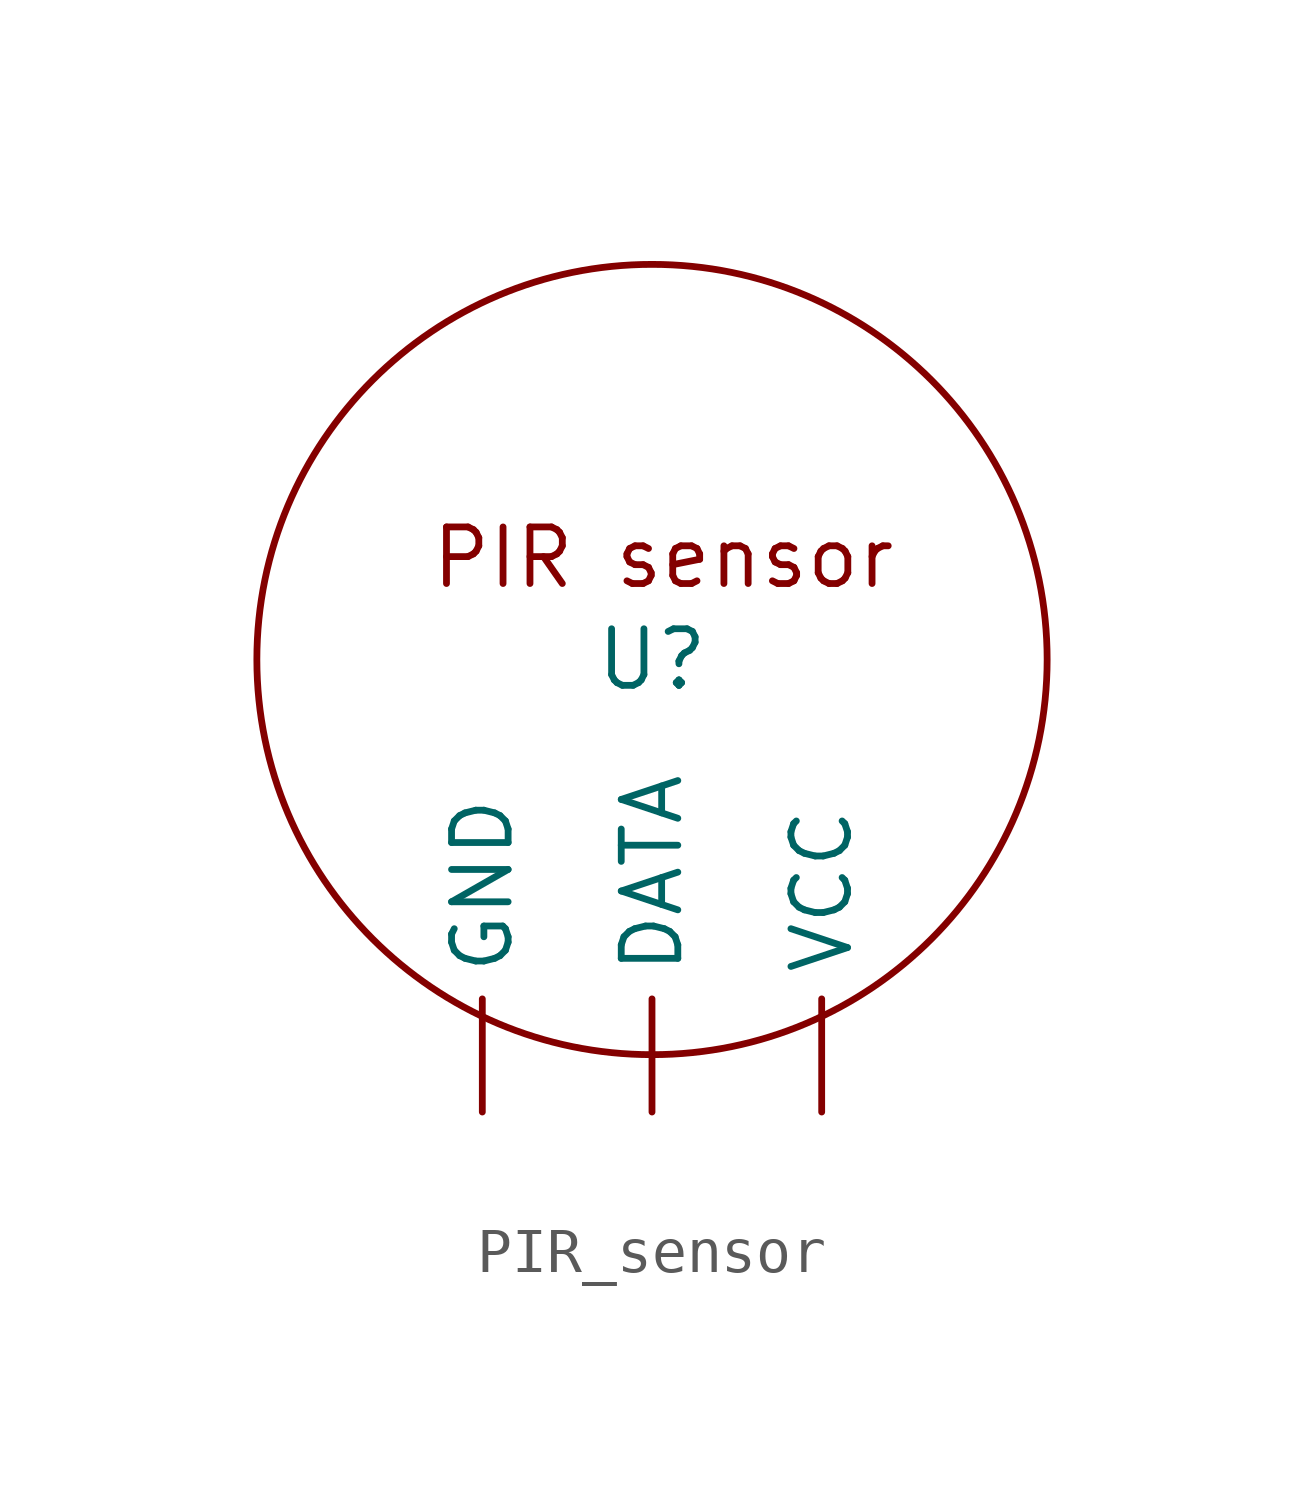
<source format=kicad_sym>
(kicad_symbol_lib
  (version 20231120)
  (generator "kicad_symbol_editor")
  (generator_version "8.0")
  (symbol "PIR_sensor"
    (property "Reference" "U"
      (at 0 0 0)
      (effects (font (size 1.27 1.27))))
    (property "Value" ""
      (at 0 0 0)
      (effects (font (size 1.27 1.27))))
    (symbol "PIR_sensor_0_1"
      (circle (center 0 0) (radius 8.872) (stroke (width 0) (type default)) (fill (type none))))
    (symbol "PIR_sensor_1_1"
      (text "PIR sensor" (at 0.254 2.286 0) (effects (font (size 1.27 1.27))))
      (pin output line (at 0 -10.16 90) (length 2.54) (name "DATA" (effects (font (size 1.27 1.27)))) (number "" (effects (font (size 1.27 1.27)))))
      (pin output line (at -3.81 -10.16 90) (length 2.54) (name "GND" (effects (font (size 1.27 1.27)))) (number "" (effects (font (size 1.27 1.27)))))
      (pin output line (at 3.81 -10.16 90) (length 2.54) (name "VCC" (effects (font (size 1.27 1.27)))) (number "" (effects (font (size 1.27 1.27))))))))
</source>
